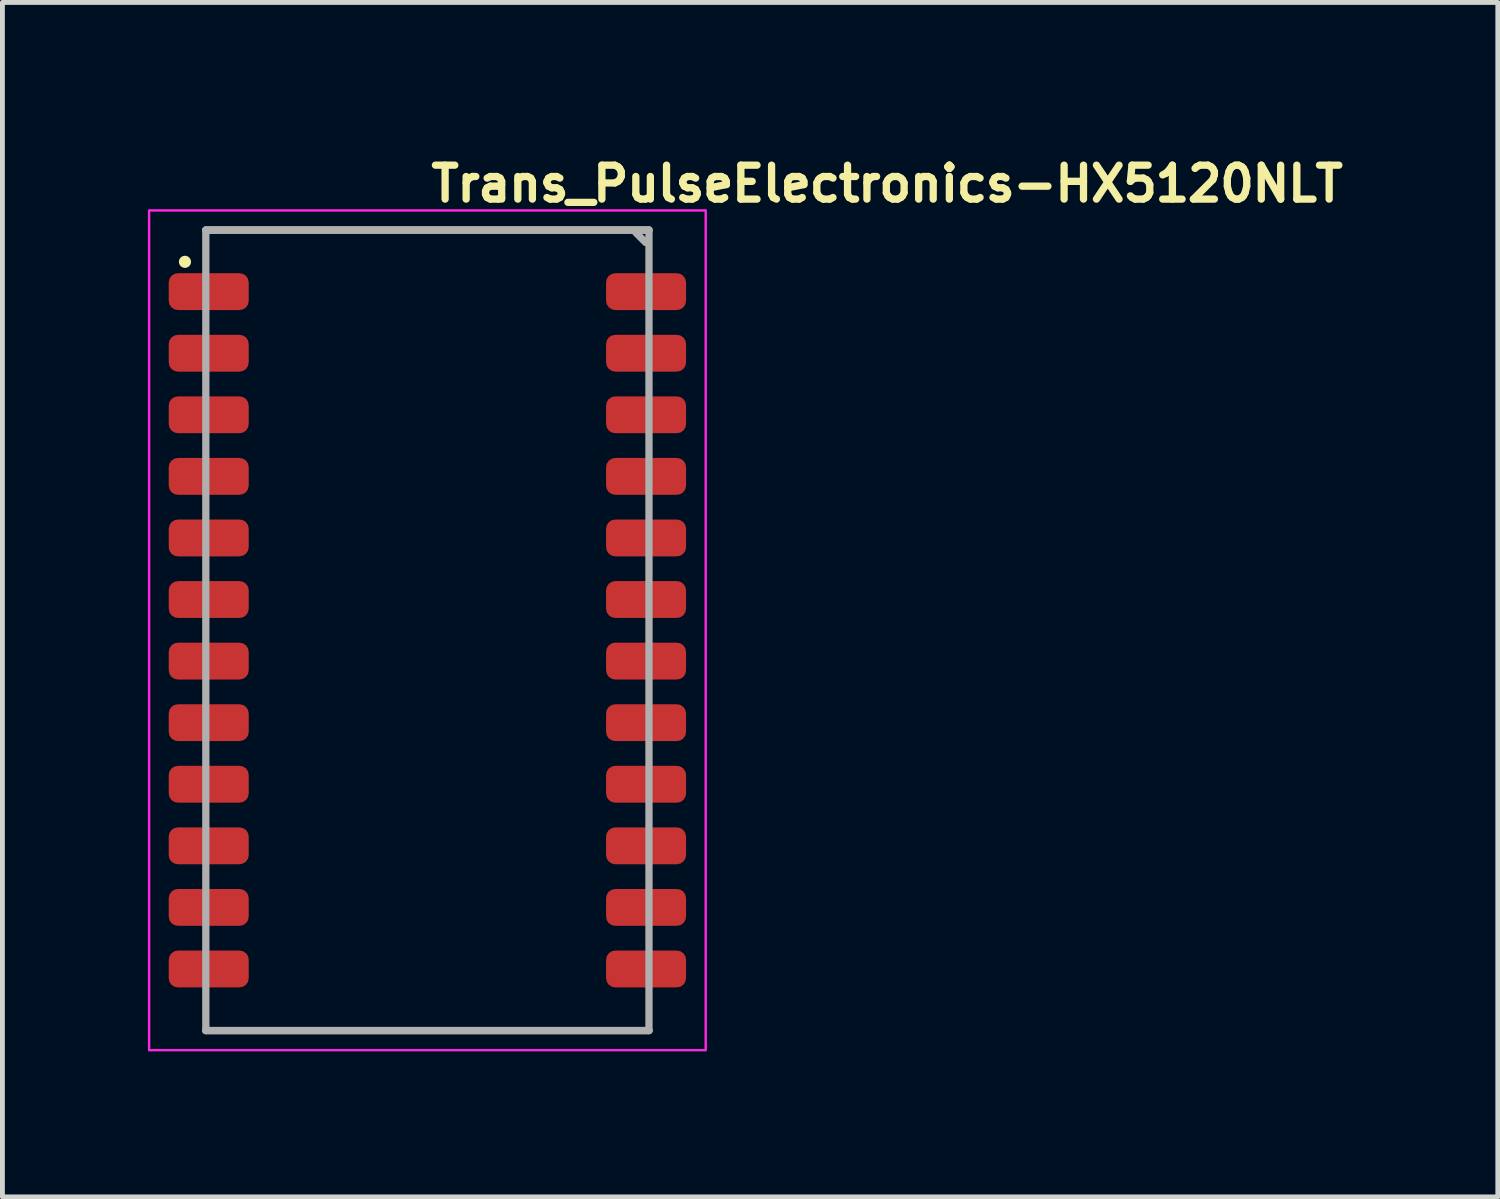
<source format=kicad_pcb>
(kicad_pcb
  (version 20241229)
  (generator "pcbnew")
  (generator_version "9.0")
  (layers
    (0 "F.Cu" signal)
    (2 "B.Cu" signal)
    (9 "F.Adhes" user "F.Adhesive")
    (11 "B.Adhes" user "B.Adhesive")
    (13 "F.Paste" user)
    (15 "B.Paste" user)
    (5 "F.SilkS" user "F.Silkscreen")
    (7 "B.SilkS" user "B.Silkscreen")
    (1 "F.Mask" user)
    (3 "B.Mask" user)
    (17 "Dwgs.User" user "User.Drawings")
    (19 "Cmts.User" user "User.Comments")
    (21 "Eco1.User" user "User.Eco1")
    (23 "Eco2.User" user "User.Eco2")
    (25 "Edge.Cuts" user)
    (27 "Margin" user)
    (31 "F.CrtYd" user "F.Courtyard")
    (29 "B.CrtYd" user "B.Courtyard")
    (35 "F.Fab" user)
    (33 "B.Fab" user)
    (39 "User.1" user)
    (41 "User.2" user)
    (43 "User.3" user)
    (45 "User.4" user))
  (footprint "Trans_PulseElectronics-HX5120NLT"
    (layer "F.Cu")
    (at 5.765 9.95)
    (property "Reference" "Trans_PulseElectronics-HX5120NLT" (at 0 -8.8 180) (layer "F.SilkS") (effects (font (size 0.7 0.7) (thickness 0.15)) (justify left bottom)))
    (attr smd)
    (fp_line (start -4.57 8.255) (end 4.57 8.255) (stroke (width 0.15) (type solid)) (layer "F.SilkS"))
    (fp_line (start 4.57 -8.255) (end -4.57 -8.255) (stroke (width 0.15) (type solid)) (layer "F.SilkS"))
    (fp_circle (center -5 -7.6) (end -5 -7.55) (stroke (width 0.15) (type solid)) (fill yes) (layer "F.SilkS"))
    (fp_rect (start 5.74 -8.66) (end -5.74 8.66) (stroke (width 0.05) (type solid)) (fill no) (layer "F.CrtYd"))
    (fp_line (start -4.57 -8.255) (end -4.57 8.255) (stroke (width 0.15) (type solid)) (layer "F.Fab"))
    (fp_line (start -4.57 8.255) (end 4.57 8.255) (stroke (width 0.15) (type solid)) (layer "F.Fab"))
    (fp_line (start 4.3 -8.2) (end 4.5 -8) (stroke (width 0.15) (type solid)) (layer "F.Fab"))
    (fp_line (start 4.57 -8.255) (end -4.57 -8.255) (stroke (width 0.15) (type solid)) (layer "F.Fab"))
    (fp_line (start 4.57 8.255) (end 4.57 -8.255) (stroke (width 0.15) (type solid)) (layer "F.Fab"))
    (fp_rect (start 5.259 -8.255) (end -5.259 8.255) (stroke (width 0.1) (type solid)) (fill no) (layer "User.5"))
    (fp_line (start -5.259 -7.289) (end -5.259 -6.681) (stroke (width 0.02) (type solid)) (layer "User.9"))
    (fp_line (start -5.259 -7.289) (end -4.57 -7.289) (stroke (width 0.02) (type solid)) (layer "User.9"))
    (fp_line (start -5.259 -6.681) (end -4.57 -6.681) (stroke (width 0.02) (type solid)) (layer "User.9"))
    (fp_line (start -5.259 -6.019) (end -5.259 -5.411) (stroke (width 0.02) (type solid)) (layer "User.9"))
    (fp_line (start -5.259 -6.019) (end -4.57 -6.019) (stroke (width 0.02) (type solid)) (layer "User.9"))
    (fp_line (start -5.259 -5.411) (end -4.57 -5.411) (stroke (width 0.02) (type solid)) (layer "User.9"))
    (fp_line (start -5.259 -4.749) (end -5.259 -4.141) (stroke (width 0.02) (type solid)) (layer "User.9"))
    (fp_line (start -5.259 -4.749) (end -4.57 -4.749) (stroke (width 0.02) (type solid)) (layer "User.9"))
    (fp_line (start -5.259 -4.141) (end -4.57 -4.141) (stroke (width 0.02) (type solid)) (layer "User.9"))
    (fp_line (start -5.259 -3.479) (end -5.259 -2.871) (stroke (width 0.02) (type solid)) (layer "User.9"))
    (fp_line (start -5.259 -3.479) (end -4.57 -3.479) (stroke (width 0.02) (type solid)) (layer "User.9"))
    (fp_line (start -5.259 -2.871) (end -4.57 -2.871) (stroke (width 0.02) (type solid)) (layer "User.9"))
    (fp_line (start -5.259 -2.209) (end -5.259 -1.601) (stroke (width 0.02) (type solid)) (layer "User.9"))
    (fp_line (start -5.259 -2.209) (end -4.57 -2.209) (stroke (width 0.02) (type solid)) (layer "User.9"))
    (fp_line (start -5.259 -1.601) (end -4.57 -1.601) (stroke (width 0.02) (type solid)) (layer "User.9"))
    (fp_line (start -5.259 -0.939) (end -5.259 -0.331) (stroke (width 0.02) (type solid)) (layer "User.9"))
    (fp_line (start -5.259 -0.939) (end -4.57 -0.939) (stroke (width 0.02) (type solid)) (layer "User.9"))
    (fp_line (start -5.259 -0.331) (end -4.57 -0.331) (stroke (width 0.02) (type solid)) (layer "User.9"))
    (fp_line (start -5.259 0.331) (end -5.259 0.939) (stroke (width 0.02) (type solid)) (layer "User.9"))
    (fp_line (start -5.259 0.331) (end -4.57 0.331) (stroke (width 0.02) (type solid)) (layer "User.9"))
    (fp_line (start -5.259 0.939) (end -4.57 0.939) (stroke (width 0.02) (type solid)) (layer "User.9"))
    (fp_line (start -5.259 1.601) (end -5.259 2.209) (stroke (width 0.02) (type solid)) (layer "User.9"))
    (fp_line (start -5.259 1.601) (end -4.57 1.601) (stroke (width 0.02) (type solid)) (layer "User.9"))
    (fp_line (start -5.259 2.209) (end -4.57 2.209) (stroke (width 0.02) (type solid)) (layer "User.9"))
    (fp_line (start -5.259 2.871) (end -5.259 3.479) (stroke (width 0.02) (type solid)) (layer "User.9"))
    (fp_line (start -5.259 2.871) (end -4.57 2.871) (stroke (width 0.02) (type solid)) (layer "User.9"))
    (fp_line (start -5.259 3.479) (end -4.57 3.479) (stroke (width 0.02) (type solid)) (layer "User.9"))
    (fp_line (start -5.259 4.141) (end -5.259 4.749) (stroke (width 0.02) (type solid)) (layer "User.9"))
    (fp_line (start -5.259 4.141) (end -4.57 4.141) (stroke (width 0.02) (type solid)) (layer "User.9"))
    (fp_line (start -5.259 4.749) (end -4.57 4.749) (stroke (width 0.02) (type solid)) (layer "User.9"))
    (fp_line (start -5.259 5.411) (end -5.259 6.019) (stroke (width 0.02) (type solid)) (layer "User.9"))
    (fp_line (start -5.259 5.411) (end -4.57 5.411) (stroke (width 0.02) (type solid)) (layer "User.9"))
    (fp_line (start -5.259 6.019) (end -4.57 6.019) (stroke (width 0.02) (type solid)) (layer "User.9"))
    (fp_line (start -5.259 6.681) (end -5.259 7.289) (stroke (width 0.02) (type solid)) (layer "User.9"))
    (fp_line (start -5.259 6.681) (end -4.57 6.681) (stroke (width 0.02) (type solid)) (layer "User.9"))
    (fp_line (start -5.259 7.289) (end -4.57 7.289) (stroke (width 0.02) (type solid)) (layer "User.9"))
    (fp_line (start -4.57 -8.255) (end -4.57 8.255) (stroke (width 0.02) (type solid)) (layer "User.9"))
    (fp_line (start -4.57 8.255) (end 4.57 8.255) (stroke (width 0.02) (type solid)) (layer "User.9"))
    (fp_line (start 4.57 -8.255) (end -4.57 -8.255) (stroke (width 0.02) (type solid)) (layer "User.9"))
    (fp_line (start 4.57 -7.289) (end 5.259 -7.289) (stroke (width 0.02) (type solid)) (layer "User.9"))
    (fp_line (start 4.57 -6.681) (end 5.259 -6.681) (stroke (width 0.02) (type solid)) (layer "User.9"))
    (fp_line (start 4.57 -6.019) (end 5.259 -6.019) (stroke (width 0.02) (type solid)) (layer "User.9"))
    (fp_line (start 4.57 -5.411) (end 5.259 -5.411) (stroke (width 0.02) (type solid)) (layer "User.9"))
    (fp_line (start 4.57 -4.749) (end 5.259 -4.749) (stroke (width 0.02) (type solid)) (layer "User.9"))
    (fp_line (start 4.57 -4.141) (end 5.259 -4.141) (stroke (width 0.02) (type solid)) (layer "User.9"))
    (fp_line (start 4.57 -3.479) (end 5.259 -3.479) (stroke (width 0.02) (type solid)) (layer "User.9"))
    (fp_line (start 4.57 -2.871) (end 5.259 -2.871) (stroke (width 0.02) (type solid)) (layer "User.9"))
    (fp_line (start 4.57 -2.209) (end 5.259 -2.209) (stroke (width 0.02) (type solid)) (layer "User.9"))
    (fp_line (start 4.57 -1.601) (end 5.259 -1.601) (stroke (width 0.02) (type solid)) (layer "User.9"))
    (fp_line (start 4.57 -0.939) (end 5.259 -0.939) (stroke (width 0.02) (type solid)) (layer "User.9"))
    (fp_line (start 4.57 -0.331) (end 5.259 -0.331) (stroke (width 0.02) (type solid)) (layer "User.9"))
    (fp_line (start 4.57 0.331) (end 5.259 0.331) (stroke (width 0.02) (type solid)) (layer "User.9"))
    (fp_line (start 4.57 0.939) (end 5.259 0.939) (stroke (width 0.02) (type solid)) (layer "User.9"))
    (fp_line (start 4.57 1.601) (end 5.259 1.601) (stroke (width 0.02) (type solid)) (layer "User.9"))
    (fp_line (start 4.57 2.209) (end 5.259 2.209) (stroke (width 0.02) (type solid)) (layer "User.9"))
    (fp_line (start 4.57 2.871) (end 5.259 2.871) (stroke (width 0.02) (type solid)) (layer "User.9"))
    (fp_line (start 4.57 3.479) (end 5.259 3.479) (stroke (width 0.02) (type solid)) (layer "User.9"))
    (fp_line (start 4.57 4.141) (end 5.259 4.141) (stroke (width 0.02) (type solid)) (layer "User.9"))
    (fp_line (start 4.57 4.749) (end 5.259 4.749) (stroke (width 0.02) (type solid)) (layer "User.9"))
    (fp_line (start 4.57 5.411) (end 5.259 5.411) (stroke (width 0.02) (type solid)) (layer "User.9"))
    (fp_line (start 4.57 6.019) (end 5.259 6.019) (stroke (width 0.02) (type solid)) (layer "User.9"))
    (fp_line (start 4.57 6.681) (end 5.259 6.681) (stroke (width 0.02) (type solid)) (layer "User.9"))
    (fp_line (start 4.57 7.289) (end 5.259 7.289) (stroke (width 0.02) (type solid)) (layer "User.9"))
    (fp_line (start 4.57 8.255) (end 4.57 -8.255) (stroke (width 0.02) (type solid)) (layer "User.9"))
    (fp_line (start 5.259 -7.289) (end 5.259 -6.681) (stroke (width 0.02) (type solid)) (layer "User.9"))
    (fp_line (start 5.259 -6.019) (end 5.259 -5.411) (stroke (width 0.02) (type solid)) (layer "User.9"))
    (fp_line (start 5.259 -4.749) (end 5.259 -4.141) (stroke (width 0.02) (type solid)) (layer "User.9"))
    (fp_line (start 5.259 -3.479) (end 5.259 -2.871) (stroke (width 0.02) (type solid)) (layer "User.9"))
    (fp_line (start 5.259 -2.209) (end 5.259 -1.601) (stroke (width 0.02) (type solid)) (layer "User.9"))
    (fp_line (start 5.259 -0.939) (end 5.259 -0.331) (stroke (width 0.02) (type solid)) (layer "User.9"))
    (fp_line (start 5.259 0.331) (end 5.259 0.939) (stroke (width 0.02) (type solid)) (layer "User.9"))
    (fp_line (start 5.259 1.601) (end 5.259 2.209) (stroke (width 0.02) (type solid)) (layer "User.9"))
    (fp_line (start 5.259 2.871) (end 5.259 3.479) (stroke (width 0.02) (type solid)) (layer "User.9"))
    (fp_line (start 5.259 4.141) (end 5.259 4.749) (stroke (width 0.02) (type solid)) (layer "User.9"))
    (fp_line (start 5.259 5.411) (end 5.259 6.019) (stroke (width 0.02) (type solid)) (layer "User.9"))
    (fp_line (start 5.259 6.681) (end 5.259 7.289) (stroke (width 0.02) (type solid)) (layer "User.9"))
    (pad "1" smd roundrect (at -4.51 -6.985 270) (size 0.76 1.65) (layers "F.Cu" "F.Mask" "F.Paste") (roundrect_rratio 0.25))
    (pad "2" smd roundrect (at -4.51 -5.715 270) (size 0.76 1.65) (layers "F.Cu" "F.Mask" "F.Paste") (roundrect_rratio 0.25))
    (pad "3" smd roundrect (at -4.51 -4.445 270) (size 0.76 1.65) (layers "F.Cu" "F.Mask" "F.Paste") (roundrect_rratio 0.25))
    (pad "4" smd roundrect (at -4.51 -3.175 270) (size 0.76 1.65) (layers "F.Cu" "F.Mask" "F.Paste") (roundrect_rratio 0.25))
    (pad "5" smd roundrect (at -4.51 -1.905 270) (size 0.76 1.65) (layers "F.Cu" "F.Mask" "F.Paste") (roundrect_rratio 0.25))
    (pad "6" smd roundrect (at -4.51 -0.635 270) (size 0.76 1.65) (layers "F.Cu" "F.Mask" "F.Paste") (roundrect_rratio 0.25))
    (pad "7" smd roundrect (at -4.51 0.635 270) (size 0.76 1.65) (layers "F.Cu" "F.Mask" "F.Paste") (roundrect_rratio 0.25))
    (pad "8" smd roundrect (at -4.51 1.905 270) (size 0.76 1.65) (layers "F.Cu" "F.Mask" "F.Paste") (roundrect_rratio 0.25))
    (pad "9" smd roundrect (at -4.51 3.175 270) (size 0.76 1.65) (layers "F.Cu" "F.Mask" "F.Paste") (roundrect_rratio 0.25))
    (pad "10" smd roundrect (at -4.51 4.445 270) (size 0.76 1.65) (layers "F.Cu" "F.Mask" "F.Paste") (roundrect_rratio 0.25))
    (pad "11" smd roundrect (at -4.51 5.715 270) (size 0.76 1.65) (layers "F.Cu" "F.Mask" "F.Paste") (roundrect_rratio 0.25))
    (pad "12" smd roundrect (at -4.51 6.985 270) (size 0.76 1.65) (layers "F.Cu" "F.Mask" "F.Paste") (roundrect_rratio 0.25))
    (pad "13" smd roundrect (at 4.51 6.985 270) (size 0.76 1.65) (layers "F.Cu" "F.Mask" "F.Paste") (roundrect_rratio 0.25))
    (pad "14" smd roundrect (at 4.51 5.715 270) (size 0.76 1.65) (layers "F.Cu" "F.Mask" "F.Paste") (roundrect_rratio 0.25))
    (pad "15" smd roundrect (at 4.51 4.445 270) (size 0.76 1.65) (layers "F.Cu" "F.Mask" "F.Paste") (roundrect_rratio 0.25))
    (pad "16" smd roundrect (at 4.51 3.175 270) (size 0.76 1.65) (layers "F.Cu" "F.Mask" "F.Paste") (roundrect_rratio 0.25))
    (pad "17" smd roundrect (at 4.51 1.905 270) (size 0.76 1.65) (layers "F.Cu" "F.Mask" "F.Paste") (roundrect_rratio 0.25))
    (pad "18" smd roundrect (at 4.51 0.635 270) (size 0.76 1.65) (layers "F.Cu" "F.Mask" "F.Paste") (roundrect_rratio 0.25))
    (pad "19" smd roundrect (at 4.51 -0.635 270) (size 0.76 1.65) (layers "F.Cu" "F.Mask" "F.Paste") (roundrect_rratio 0.25))
    (pad "20" smd roundrect (at 4.51 -1.905 270) (size 0.76 1.65) (layers "F.Cu" "F.Mask" "F.Paste") (roundrect_rratio 0.25))
    (pad "21" smd roundrect (at 4.51 -3.175 270) (size 0.76 1.65) (layers "F.Cu" "F.Mask" "F.Paste") (roundrect_rratio 0.25))
    (pad "22" smd roundrect (at 4.51 -4.445 270) (size 0.76 1.65) (layers "F.Cu" "F.Mask" "F.Paste") (roundrect_rratio 0.25))
    (pad "23" smd roundrect (at 4.51 -5.715 270) (size 0.76 1.65) (layers "F.Cu" "F.Mask" "F.Paste") (roundrect_rratio 0.25))
    (pad "24" smd roundrect (at 4.51 -6.985 270) (size 0.76 1.65) (layers "F.Cu" "F.Mask" "F.Paste") (roundrect_rratio 0.25)))
  (gr_rect
    (start -3 -3)
    (end 27.842 21.635)
    (stroke (width 0.1) (type default))
    (fill no)
    (layer "Edge.Cuts")))
</source>
